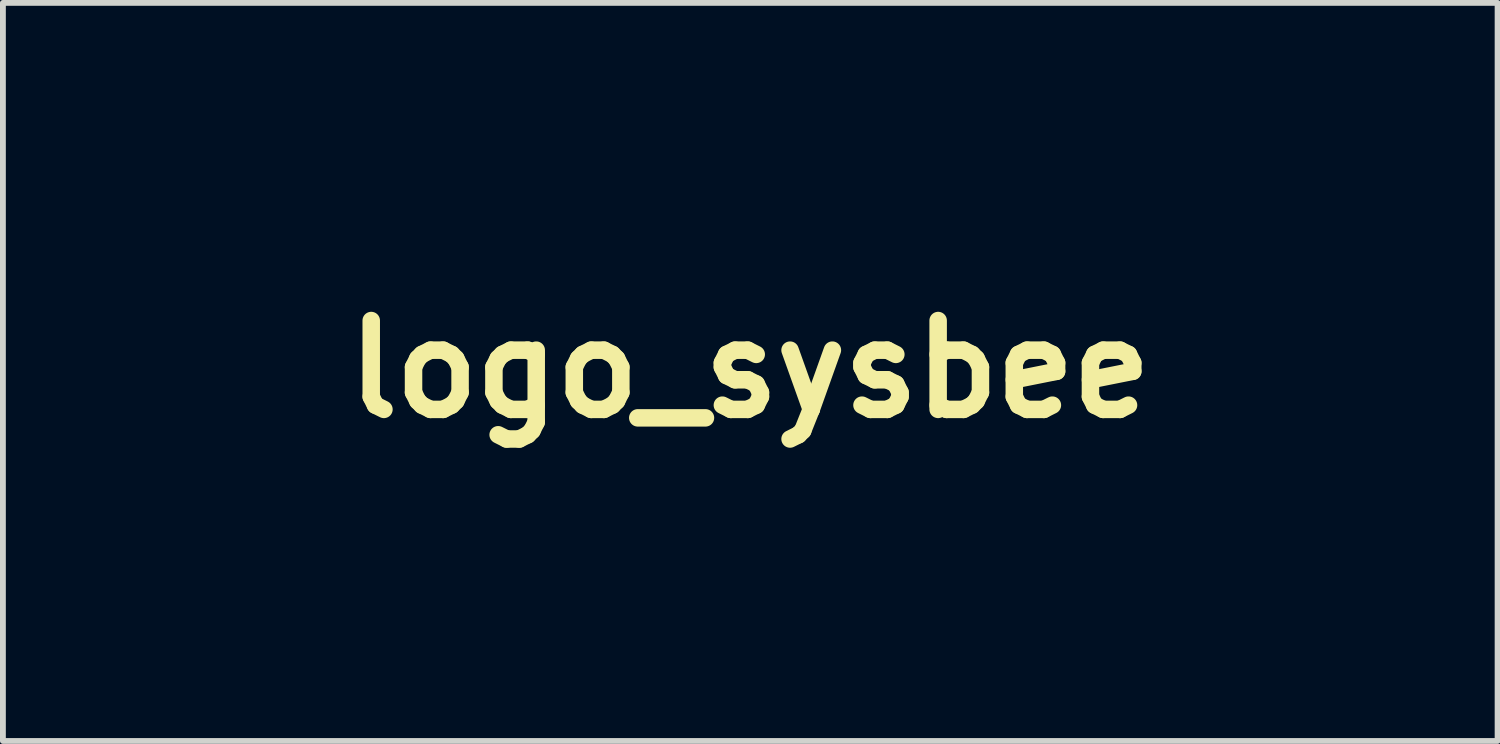
<source format=kicad_pcb>
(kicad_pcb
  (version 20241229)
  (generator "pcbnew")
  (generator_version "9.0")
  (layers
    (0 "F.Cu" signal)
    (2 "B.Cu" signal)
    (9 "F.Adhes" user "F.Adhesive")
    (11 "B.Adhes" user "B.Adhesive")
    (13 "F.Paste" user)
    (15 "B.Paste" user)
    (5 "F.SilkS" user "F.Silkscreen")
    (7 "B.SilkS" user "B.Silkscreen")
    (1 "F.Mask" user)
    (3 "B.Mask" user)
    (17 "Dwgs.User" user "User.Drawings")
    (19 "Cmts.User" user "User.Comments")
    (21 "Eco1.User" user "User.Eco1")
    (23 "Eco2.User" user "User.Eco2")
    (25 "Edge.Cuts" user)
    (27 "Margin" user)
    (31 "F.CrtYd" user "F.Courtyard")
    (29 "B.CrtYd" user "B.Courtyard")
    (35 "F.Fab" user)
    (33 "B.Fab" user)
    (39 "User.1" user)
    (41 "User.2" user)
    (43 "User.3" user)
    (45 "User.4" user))
  (footprint "logo_sysbee"
    (layer "F.Cu")
    (at 9.813 3.283)
    (property "Reference" "logo_sysbee" (at 0 0 0) (layer "F.SilkS") (effects (font (size 1.524 1.524) (thickness 0.3))))
    (attr through_hole)
    (fp_poly (pts (xy 5.782 -2.214) (xy 6.032 -2.024) (xy 6.185 -1.756) (xy 6.225 -1.448) (xy 6.133 -1.14) (xy 6.015 -0.977) (xy 5.803 -0.814) (xy 5.535 -0.692) (xy 5.25 -0.616) (xy 4.989 -0.594) (xy 4.793 -0.632) (xy 4.701 -0.737) (xy 4.699 -0.762) (xy 4.768 -0.859) (xy 4.902 -0.867) (xy 5.144 -0.893) (xy 5.421 -0.997) (xy 5.676 -1.148) (xy 5.851 -1.315) (xy 5.892 -1.397) (xy 5.893 -1.672) (xy 5.767 -1.874) (xy 5.547 -1.983) (xy 5.268 -1.976) (xy 5.082 -1.906) (xy 4.811 -1.675) (xy 4.641 -1.328) (xy 4.585 -0.895) (xy 4.593 -0.74) (xy 4.694 -0.343) (xy 4.912 -0.051) (xy 5.255 0.141) (xy 5.729 0.235) (xy 6.285 0.239) (xy 6.63 0.232) (xy 6.812 0.26) (xy 6.829 0.322) (xy 6.681 0.418) (xy 6.564 0.47) (xy 6.131 0.58) (xy 5.653 0.587) (xy 5.199 0.496) (xy 4.939 0.38) (xy 4.604 0.099) (xy 4.383 -0.254) (xy 4.271 -0.648) (xy 4.26 -1.056) (xy 4.347 -1.449) (xy 4.525 -1.797) (xy 4.79 -2.071) (xy 5.134 -2.242) (xy 5.452 -2.286) (xy 5.782 -2.214)) (stroke (width 0.01) (type solid)) (fill no) (layer "Eco2.User"))
    (fp_poly (pts (xy 8.667 -2.238) (xy 8.903 -2.093) (xy 9.046 -1.889) (xy 9.144 -1.55) (xy 9.084 -1.227) (xy 8.875 -0.944) (xy 8.53 -0.723) (xy 8.5 -0.71) (xy 8.223 -0.628) (xy 7.945 -0.597) (xy 7.718 -0.618) (xy 7.595 -0.691) (xy 7.591 -0.699) (xy 7.559 -0.707) (xy 7.542 -0.583) (xy 7.61 -0.28) (xy 7.822 -0.039) (xy 8.164 0.133) (xy 8.618 0.228) (xy 9.171 0.238) (xy 9.23 0.234) (xy 9.521 0.218) (xy 9.732 0.214) (xy 9.821 0.223) (xy 9.821 0.224) (xy 9.757 0.284) (xy 9.596 0.393) (xy 9.546 0.424) (xy 9.267 0.528) (xy 8.894 0.583) (xy 8.497 0.585) (xy 8.145 0.531) (xy 8.043 0.498) (xy 7.655 0.256) (xy 7.371 -0.102) (xy 7.21 -0.551) (xy 7.179 -0.897) (xy 7.215 -1.153) (xy 7.535 -1.153) (xy 7.546 -0.978) (xy 7.611 -0.903) (xy 7.779 -0.892) (xy 7.872 -0.896) (xy 8.176 -0.951) (xy 8.464 -1.062) (xy 8.486 -1.075) (xy 8.701 -1.269) (xy 8.792 -1.498) (xy 8.771 -1.723) (xy 8.65 -1.903) (xy 8.44 -2) (xy 8.221 -1.991) (xy 7.934 -1.853) (xy 7.697 -1.605) (xy 7.555 -1.306) (xy 7.535 -1.153) (xy 7.215 -1.153) (xy 7.246 -1.372) (xy 7.427 -1.772) (xy 7.702 -2.071) (xy 8.049 -2.247) (xy 8.325 -2.283) (xy 8.667 -2.238)) (stroke (width 0.01) (type solid)) (fill no) (layer "Eco2.User"))
    (fp_poly (pts (xy -4.006 -1.72) (xy -3.994 -1.69) (xy -3.897 -1.327) (xy -3.822 -0.838) (xy -3.772 -0.263) (xy -3.746 0.359) (xy -3.744 0.988) (xy -3.769 1.584) (xy -3.819 2.108) (xy -3.896 2.52) (xy -3.934 2.646) (xy -4.137 3.046) (xy -4.401 3.287) (xy -4.729 3.372) (xy -5.122 3.302) (xy -5.249 3.252) (xy -5.589 3.057) (xy -5.866 2.809) (xy -6.046 2.544) (xy -6.096 2.342) (xy -6.096 2.093) (xy -5.675 2.487) (xy -5.279 2.812) (xy -4.946 2.983) (xy -4.668 3.002) (xy -4.441 2.868) (xy -4.287 2.646) (xy -4.202 2.415) (xy -4.127 2.089) (xy -4.064 1.703) (xy -4.018 1.296) (xy -3.991 0.906) (xy -3.987 0.571) (xy -4.01 0.327) (xy -4.061 0.213) (xy -4.18 0.218) (xy -4.384 0.289) (xy -4.481 0.335) (xy -4.752 0.445) (xy -5.011 0.504) (xy -5.07 0.508) (xy -5.376 0.429) (xy -5.667 0.211) (xy -5.921 -0.115) (xy -6.118 -0.516) (xy -6.238 -0.964) (xy -6.265 -1.286) (xy -6.252 -1.557) (xy -6.219 -1.752) (xy -6.187 -1.817) (xy -6.124 -1.816) (xy -6.069 -1.712) (xy -6.015 -1.481) (xy -5.966 -1.185) (xy -5.84 -0.646) (xy -5.651 -0.237) (xy -5.412 0.034) (xy -5.132 0.159) (xy -4.821 0.13) (xy -4.49 -0.058) (xy -4.439 -0.102) (xy -4.13 -0.373) (xy -4.183 -1.012) (xy -4.199 -1.376) (xy -4.184 -1.647) (xy -4.144 -1.807) (xy -4.083 -1.837) (xy -4.006 -1.72)) (stroke (width 0.01) (type solid)) (fill no) (layer "Eco2.User"))
    (fp_poly (pts (xy -1.287 -2.714) (xy -0.903 -2.608) (xy -0.647 -2.44) (xy -0.583 -2.352) (xy -0.527 -2.204) (xy -0.576 -2.146) (xy -0.742 -2.176) (xy -1.039 -2.294) (xy -1.087 -2.316) (xy -1.389 -2.44) (xy -1.615 -2.493) (xy -1.836 -2.488) (xy -1.987 -2.464) (xy -2.256 -2.392) (xy -2.468 -2.296) (xy -2.524 -2.254) (xy -2.606 -2.148) (xy -2.591 -2.04) (xy -2.489 -1.885) (xy -2.344 -1.748) (xy -2.086 -1.566) (xy -1.756 -1.365) (xy -1.505 -1.228) (xy -0.983 -0.942) (xy -0.606 -0.699) (xy -0.36 -0.484) (xy -0.231 -0.279) (xy -0.204 -0.072) (xy -0.251 0.12) (xy -0.421 0.344) (xy -0.718 0.515) (xy -1.105 0.626) (xy -1.546 0.669) (xy -2.005 0.635) (xy -2.328 0.559) (xy -2.853 0.35) (xy -3.22 0.108) (xy -3.425 -0.167) (xy -3.471 -0.389) (xy -3.42 -0.583) (xy -3.353 -0.67) (xy -3.269 -0.705) (xy -3.208 -0.618) (xy -3.162 -0.456) (xy -3.005 -0.126) (xy -2.709 0.114) (xy -2.272 0.267) (xy -1.691 0.332) (xy -1.524 0.335) (xy -1.093 0.304) (xy -0.81 0.204) (xy -0.662 0.031) (xy -0.635 -0.129) (xy -0.645 -0.236) (xy -0.691 -0.331) (xy -0.796 -0.433) (xy -0.982 -0.561) (xy -1.274 -0.734) (xy -1.648 -0.943) (xy -2.101 -1.203) (xy -2.423 -1.408) (xy -2.634 -1.574) (xy -2.756 -1.715) (xy -2.781 -1.761) (xy -2.867 -2.088) (xy -2.8 -2.36) (xy -2.59 -2.568) (xy -2.248 -2.702) (xy -1.784 -2.75) (xy -1.778 -2.75) (xy -1.287 -2.714)) (stroke (width 0.01) (type solid)) (fill no) (layer "Eco2.User"))
    (fp_poly (pts (xy -7.765 -2.759) (xy -7.452 -2.68) (xy -7.168 -2.555) (xy -6.956 -2.408) (xy -6.86 -2.264) (xy -6.858 -2.245) (xy -6.884 -2.147) (xy -6.977 -2.129) (xy -7.165 -2.195) (xy -7.441 -2.331) (xy -7.73 -2.462) (xy -7.97 -2.508) (xy -8.222 -2.489) (xy -8.574 -2.416) (xy -8.784 -2.318) (xy -8.878 -2.178) (xy -8.89 -2.076) (xy -8.83 -1.89) (xy -8.644 -1.694) (xy -8.319 -1.478) (xy -7.843 -1.232) (xy -7.705 -1.168) (xy -7.24 -0.922) (xy -6.875 -0.663) (xy -6.629 -0.406) (xy -6.522 -0.172) (xy -6.519 -0.132) (xy -6.596 0.159) (xy -6.812 0.392) (xy -7.141 0.56) (xy -7.561 0.653) (xy -8.047 0.664) (xy -8.575 0.585) (xy -9.067 0.414) (xy -9.467 0.141) (xy -9.605 0.007) (xy -9.76 -0.179) (xy -9.808 -0.323) (xy -9.772 -0.487) (xy -9.674 -0.676) (xy -9.581 -0.698) (xy -9.501 -0.551) (xy -9.478 -0.458) (xy -9.422 -0.241) (xy -9.364 -0.098) (xy -9.172 0.068) (xy -8.833 0.199) (xy -8.368 0.287) (xy -8.132 0.311) (xy -7.626 0.327) (xy -7.269 0.282) (xy -7.047 0.172) (xy -6.95 -0.008) (xy -6.943 -0.089) (xy -6.956 -0.214) (xy -7.012 -0.327) (xy -7.131 -0.447) (xy -7.335 -0.589) (xy -7.646 -0.773) (xy -8.084 -1.013) (xy -8.131 -1.039) (xy -8.545 -1.271) (xy -8.832 -1.458) (xy -9.017 -1.625) (xy -9.129 -1.793) (xy -9.188 -1.966) (xy -9.201 -2.149) (xy -9.115 -2.317) (xy -8.996 -2.447) (xy -8.643 -2.683) (xy -8.195 -2.781) (xy -7.765 -2.759)) (stroke (width 0.01) (type solid)) (fill no) (layer "Eco2.User"))
    (fp_poly (pts (xy 1.764 -3.275) (xy 2.137 -3.194) (xy 2.479 -3.048) (xy 2.746 -2.859) (xy 2.894 -2.654) (xy 2.902 -2.63) (xy 2.89 -2.442) (xy 2.8 -2.181) (xy 2.749 -2.078) (xy 2.55 -1.704) (xy 3 -1.45) (xy 3.3 -1.251) (xy 3.58 -1.018) (xy 3.709 -0.882) (xy 3.95 -0.506) (xy 4.036 -0.166) (xy 3.977 0.126) (xy 3.784 0.361) (xy 3.469 0.528) (xy 3.044 0.617) (xy 2.518 0.619) (xy 2.101 0.563) (xy 1.783 0.486) (xy 1.512 0.389) (xy 1.359 0.3) (xy 1.242 0.175) (xy 1.25 0.079) (xy 1.323 -0.012) (xy 1.397 -0.175) (xy 1.419 -0.452) (xy 1.388 -0.856) (xy 1.303 -1.399) (xy 1.221 -1.82) (xy 1.116 -2.286) (xy 1.018 -2.603) (xy 0.983 -2.662) (xy 1.405 -2.662) (xy 1.425 -2.513) (xy 1.474 -2.242) (xy 1.542 -1.892) (xy 1.596 -1.635) (xy 1.675 -1.219) (xy 1.736 -0.814) (xy 1.772 -0.48) (xy 1.778 -0.349) (xy 1.798 -0.082) (xy 1.849 0.098) (xy 1.881 0.138) (xy 2.138 0.233) (xy 2.482 0.279) (xy 2.854 0.277) (xy 3.196 0.228) (xy 3.448 0.135) (xy 3.493 0.102) (xy 3.632 -0.112) (xy 3.63 -0.363) (xy 3.502 -0.628) (xy 3.264 -0.881) (xy 2.931 -1.098) (xy 2.625 -1.224) (xy 2.182 -1.387) (xy 1.905 -1.537) (xy 1.794 -1.679) (xy 1.847 -1.814) (xy 2.061 -1.945) (xy 2.155 -1.984) (xy 2.456 -2.146) (xy 2.592 -2.343) (xy 2.564 -2.575) (xy 2.543 -2.62) (xy 2.396 -2.766) (xy 2.17 -2.859) (xy 1.912 -2.9) (xy 1.668 -2.884) (xy 1.483 -2.812) (xy 1.405 -2.681) (xy 1.405 -2.662) (xy 0.983 -2.662) (xy 0.907 -2.792) (xy 0.768 -2.87) (xy 0.583 -2.859) (xy 0.373 -2.791) (xy 0.178 -2.752) (xy 0.058 -2.789) (xy 0.048 -2.879) (xy 0.108 -2.948) (xy 0.315 -3.055) (xy 0.636 -3.153) (xy 1.016 -3.23) (xy 1.4 -3.275) (xy 1.732 -3.278) (xy 1.764 -3.275)) (stroke (width 0.01) (type solid)) (fill no) (layer "Eco2.User")))
  (gr_rect
    (start -3 -3)
    (end 22.639 9.66)
    (stroke (width 0.1) (type default))
    (fill no)
    (layer "Edge.Cuts")))
</source>
